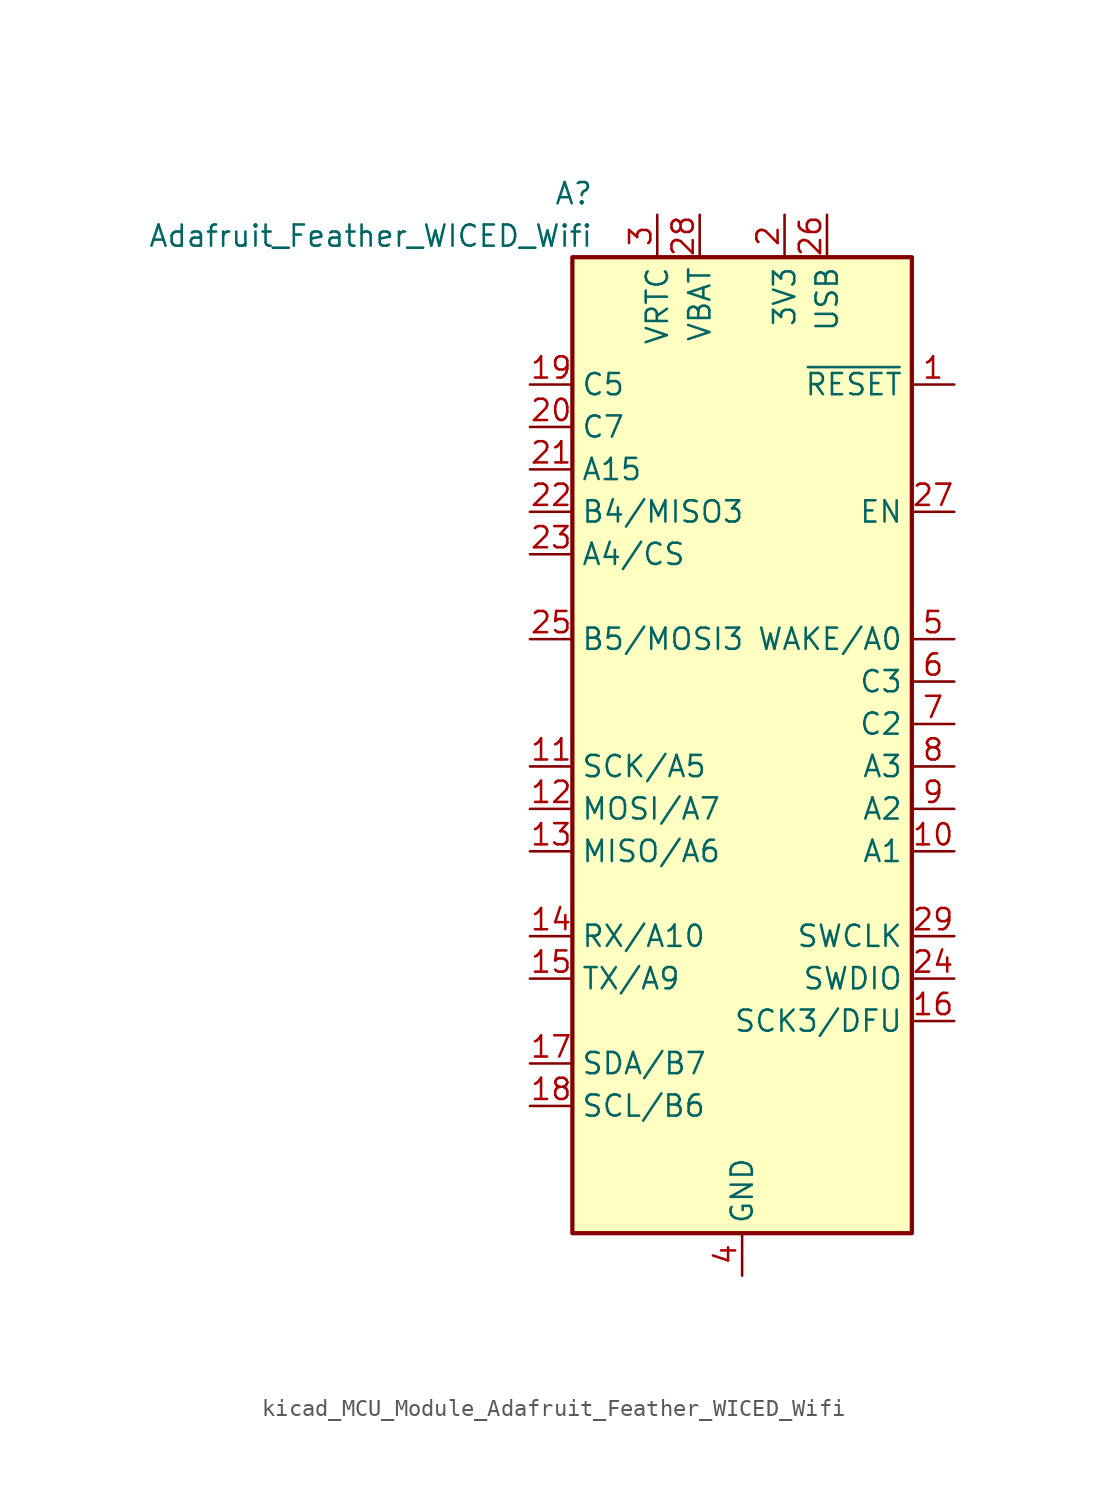
<source format=kicad_sym>
(kicad_symbol_lib
  (version 20220914)
  (generator kicad_symbol_editor)
  (symbol "kicad_MCU_Module_Adafruit_Feather_WICED_Wifi"
    (property "Reference" "A"
      (at -8.89 31.75 0)
      (effects (font (size 1.27 1.27)) (justify right)))
    (property "Value" "Adafruit_Feather_WICED_Wifi"
      (at -8.89 29.21 0)
      (effects (font (size 1.27 1.27)) (justify right)))
    (symbol "kicad_MCU_Module_Adafruit_Feather_WICED_Wifi_0_1"
      (rectangle (start -10.16 27.94) (end 10.16 -30.48) (stroke (width 0.254) (type default)) (fill (type background))))
    (symbol "kicad_MCU_Module_Adafruit_Feather_WICED_Wifi_1_1"
      (pin input line (at 12.7 20.32 180) (length 2.54) (name "~{RESET}" (effects (font (size 1.27 1.27)))) (number "1" (effects (font (size 1.27 1.27)))))
      (pin bidirectional line (at 12.7 -7.62 180) (length 2.54) (name "A1" (effects (font (size 1.27 1.27)))) (number "10" (effects (font (size 1.27 1.27)))))
      (pin bidirectional line (at -12.7 -2.54 0) (length 2.54) (name "SCK/A5" (effects (font (size 1.27 1.27)))) (number "11" (effects (font (size 1.27 1.27)))))
      (pin bidirectional line (at -12.7 -5.08 0) (length 2.54) (name "MOSI/A7" (effects (font (size 1.27 1.27)))) (number "12" (effects (font (size 1.27 1.27)))))
      (pin bidirectional line (at -12.7 -7.62 0) (length 2.54) (name "MISO/A6" (effects (font (size 1.27 1.27)))) (number "13" (effects (font (size 1.27 1.27)))))
      (pin bidirectional line (at -12.7 -12.7 0) (length 2.54) (name "RX/A10" (effects (font (size 1.27 1.27)))) (number "14" (effects (font (size 1.27 1.27)))))
      (pin bidirectional line (at -12.7 -15.24 0) (length 2.54) (name "TX/A9" (effects (font (size 1.27 1.27)))) (number "15" (effects (font (size 1.27 1.27)))))
      (pin bidirectional line (at 12.7 -17.78 180) (length 2.54) (name "SCK3/DFU" (effects (font (size 1.27 1.27)))) (number "16" (effects (font (size 1.27 1.27)))))
      (pin bidirectional line (at -12.7 -20.32 0) (length 2.54) (name "SDA/B7" (effects (font (size 1.27 1.27)))) (number "17" (effects (font (size 1.27 1.27)))))
      (pin bidirectional line (at -12.7 -22.86 0) (length 2.54) (name "SCL/B6" (effects (font (size 1.27 1.27)))) (number "18" (effects (font (size 1.27 1.27)))))
      (pin bidirectional line (at -12.7 20.32 0) (length 2.54) (name "C5" (effects (font (size 1.27 1.27)))) (number "19" (effects (font (size 1.27 1.27)))))
      (pin power_in line (at 2.54 30.48 270) (length 2.54) (name "3V3" (effects (font (size 1.27 1.27)))) (number "2" (effects (font (size 1.27 1.27)))))
      (pin bidirectional line (at -12.7 17.78 0) (length 2.54) (name "C7" (effects (font (size 1.27 1.27)))) (number "20" (effects (font (size 1.27 1.27)))))
      (pin bidirectional line (at -12.7 15.24 0) (length 2.54) (name "A15" (effects (font (size 1.27 1.27)))) (number "21" (effects (font (size 1.27 1.27)))))
      (pin bidirectional line (at -12.7 12.7 0) (length 2.54) (name "B4/MISO3" (effects (font (size 1.27 1.27)))) (number "22" (effects (font (size 1.27 1.27)))))
      (pin bidirectional line (at -12.7 10.16 0) (length 2.54) (name "A4/CS" (effects (font (size 1.27 1.27)))) (number "23" (effects (font (size 1.27 1.27)))))
      (pin bidirectional line (at 12.7 -15.24 180) (length 2.54) (name "SWDIO" (effects (font (size 1.27 1.27)))) (number "24" (effects (font (size 1.27 1.27)))))
      (pin bidirectional line (at -12.7 5.08 0) (length 2.54) (name "B5/MOSI3" (effects (font (size 1.27 1.27)))) (number "25" (effects (font (size 1.27 1.27)))))
      (pin power_in line (at 5.08 30.48 270) (length 2.54) (name "USB" (effects (font (size 1.27 1.27)))) (number "26" (effects (font (size 1.27 1.27)))))
      (pin input line (at 12.7 12.7 180) (length 2.54) (name "EN" (effects (font (size 1.27 1.27)))) (number "27" (effects (font (size 1.27 1.27)))))
      (pin power_in line (at -2.54 30.48 270) (length 2.54) (name "VBAT" (effects (font (size 1.27 1.27)))) (number "28" (effects (font (size 1.27 1.27)))))
      (pin bidirectional line (at 12.7 -12.7 180) (length 2.54) (name "SWCLK" (effects (font (size 1.27 1.27)))) (number "29" (effects (font (size 1.27 1.27)))))
      (pin power_in line (at -5.08 30.48 270) (length 2.54) (name "VRTC" (effects (font (size 1.27 1.27)))) (number "3" (effects (font (size 1.27 1.27)))))
      (pin power_in line (at 0 -33.02 90) (length 2.54) (name "GND" (effects (font (size 1.27 1.27)))) (number "4" (effects (font (size 1.27 1.27)))))
      (pin bidirectional line (at 12.7 5.08 180) (length 2.54) (name "WAKE/A0" (effects (font (size 1.27 1.27)))) (number "5" (effects (font (size 1.27 1.27)))))
      (pin bidirectional line (at 12.7 2.54 180) (length 2.54) (name "C3" (effects (font (size 1.27 1.27)))) (number "6" (effects (font (size 1.27 1.27)))))
      (pin bidirectional line (at 12.7 0 180) (length 2.54) (name "C2" (effects (font (size 1.27 1.27)))) (number "7" (effects (font (size 1.27 1.27)))))
      (pin bidirectional line (at 12.7 -2.54 180) (length 2.54) (name "A3" (effects (font (size 1.27 1.27)))) (number "8" (effects (font (size 1.27 1.27)))))
      (pin bidirectional line (at 12.7 -5.08 180) (length 2.54) (name "A2" (effects (font (size 1.27 1.27)))) (number "9" (effects (font (size 1.27 1.27))))))))
</source>
